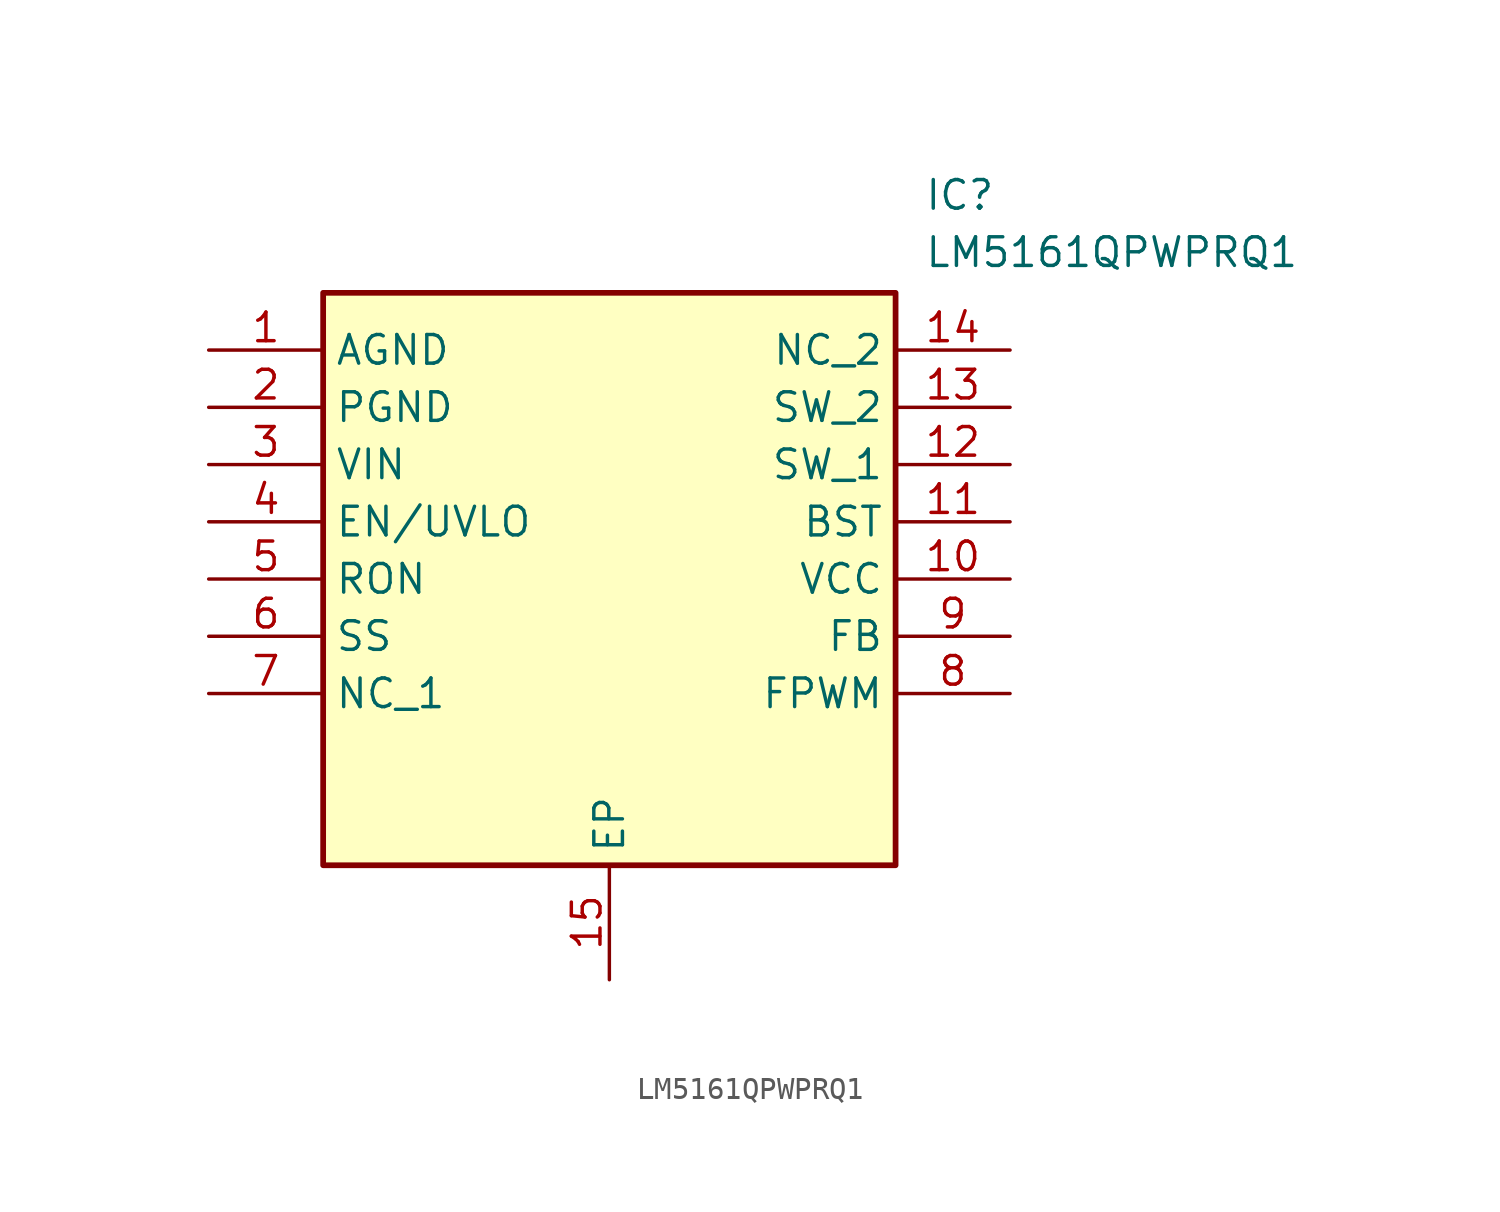
<source format=kicad_sym>
(kicad_symbol_lib
  (version 20211014)
  (generator SamacSys_ECAD_Model)
  (symbol "LM5161QPWPRQ1"
    (property "Reference" "IC"
      (at 31.75 7.62 0)
      (effects (font (size 1.27 1.27)) (justify left top)))
    (property "Value" "LM5161QPWPRQ1"
      (at 31.75 5.08 0)
      (effects (font (size 1.27 1.27)) (justify left top)))
    (rectangle
      (start 5.08 2.54)
      (end 30.48 -22.86)
      (stroke (width 0.254) (type default))
      (fill (type background)))
    (pin passive line
      (at 0 0 0)
      (length 5.08)
      (name "AGND" (effects (font (size 1.27 1.27))))
      (number "1" (effects (font (size 1.27 1.27)))))
    (pin passive line
      (at 0 -2.54 0)
      (length 5.08)
      (name "PGND" (effects (font (size 1.27 1.27))))
      (number "2" (effects (font (size 1.27 1.27)))))
    (pin passive line
      (at 0 -5.08 0)
      (length 5.08)
      (name "VIN" (effects (font (size 1.27 1.27))))
      (number "3" (effects (font (size 1.27 1.27)))))
    (pin passive line
      (at 0 -7.62 0)
      (length 5.08)
      (name "EN/UVLO" (effects (font (size 1.27 1.27))))
      (number "4" (effects (font (size 1.27 1.27)))))
    (pin passive line
      (at 0 -10.16 0)
      (length 5.08)
      (name "RON" (effects (font (size 1.27 1.27))))
      (number "5" (effects (font (size 1.27 1.27)))))
    (pin passive line
      (at 0 -12.7 0)
      (length 5.08)
      (name "SS" (effects (font (size 1.27 1.27))))
      (number "6" (effects (font (size 1.27 1.27)))))
    (pin passive line
      (at 0 -15.24 0)
      (length 5.08)
      (name "NC_1" (effects (font (size 1.27 1.27))))
      (number "7" (effects (font (size 1.27 1.27)))))
    (pin passive line
      (at 17.78 -27.94 90)
      (length 5.08)
      (name "EP" (effects (font (size 1.27 1.27))))
      (number "15" (effects (font (size 1.27 1.27)))))
    (pin passive line
      (at 35.56 0 180)
      (length 5.08)
      (name "NC_2" (effects (font (size 1.27 1.27))))
      (number "14" (effects (font (size 1.27 1.27)))))
    (pin passive line
      (at 35.56 -2.54 180)
      (length 5.08)
      (name "SW_2" (effects (font (size 1.27 1.27))))
      (number "13" (effects (font (size 1.27 1.27)))))
    (pin passive line
      (at 35.56 -5.08 180)
      (length 5.08)
      (name "SW_1" (effects (font (size 1.27 1.27))))
      (number "12" (effects (font (size 1.27 1.27)))))
    (pin passive line
      (at 35.56 -7.62 180)
      (length 5.08)
      (name "BST" (effects (font (size 1.27 1.27))))
      (number "11" (effects (font (size 1.27 1.27)))))
    (pin passive line
      (at 35.56 -10.16 180)
      (length 5.08)
      (name "VCC" (effects (font (size 1.27 1.27))))
      (number "10" (effects (font (size 1.27 1.27)))))
    (pin passive line
      (at 35.56 -12.7 180)
      (length 5.08)
      (name "FB" (effects (font (size 1.27 1.27))))
      (number "9" (effects (font (size 1.27 1.27)))))
    (pin passive line
      (at 35.56 -15.24 180)
      (length 5.08)
      (name "FPWM" (effects (font (size 1.27 1.27))))
      (number "8" (effects (font (size 1.27 1.27)))))))
</source>
